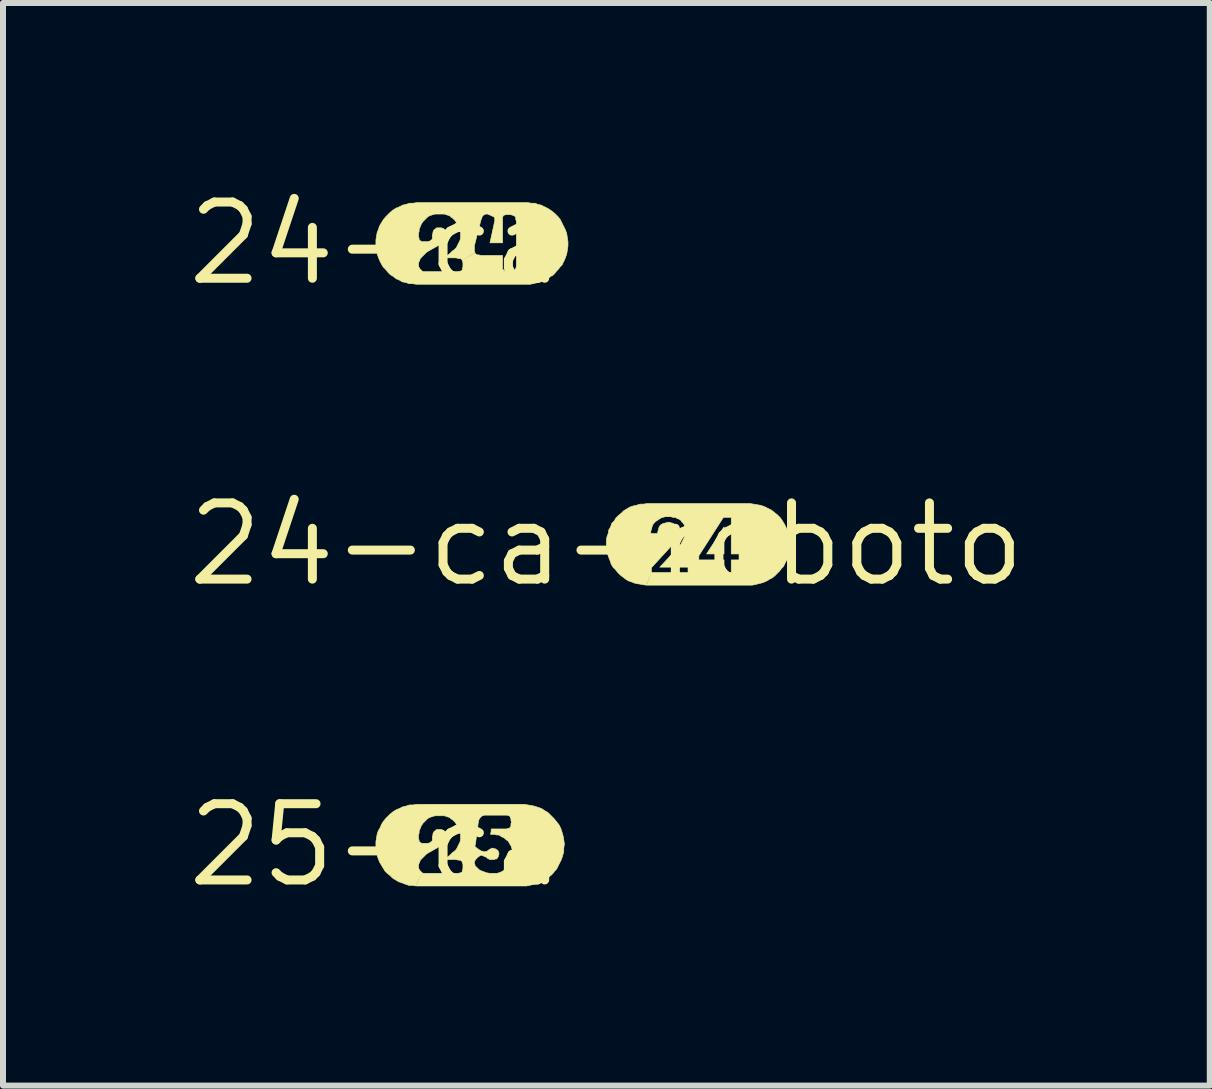
<source format=kicad_pcb>
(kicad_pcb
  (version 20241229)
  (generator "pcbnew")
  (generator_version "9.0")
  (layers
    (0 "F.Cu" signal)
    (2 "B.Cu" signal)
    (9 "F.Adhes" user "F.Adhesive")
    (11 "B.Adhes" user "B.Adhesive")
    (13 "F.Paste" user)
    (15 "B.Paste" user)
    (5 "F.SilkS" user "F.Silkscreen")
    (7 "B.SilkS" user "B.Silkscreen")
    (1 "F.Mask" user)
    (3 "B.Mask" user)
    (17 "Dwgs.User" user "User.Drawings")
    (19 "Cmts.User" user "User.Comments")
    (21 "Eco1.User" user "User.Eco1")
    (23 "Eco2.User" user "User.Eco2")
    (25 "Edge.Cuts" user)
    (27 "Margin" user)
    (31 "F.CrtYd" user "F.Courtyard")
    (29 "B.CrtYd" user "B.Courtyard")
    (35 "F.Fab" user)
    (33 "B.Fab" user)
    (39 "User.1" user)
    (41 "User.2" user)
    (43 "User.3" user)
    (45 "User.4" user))
  (footprint "24-ca"
    (layer "F.Cu")
    (at 3.213 1.006)
    (property "Reference" "24-ca" (at 0 0 0) (layer "F.SilkS") (effects (font (size 1.27 1.27) (thickness 0.15))))
    (attr board_only exclude_from_pos_files exclude_from_bom)
    (fp_poly (pts (xy 0.68 -0.68) (xy 0.62 -0.67) (xy 0.56 -0.67) (xy 0.5 -0.65) (xy 0.45 -0.64) (xy 0.39 -0.61) (xy 0.34 -0.59) (xy 0.29 -0.56) (xy 0.24 -0.52) (xy 0.2 -0.48) (xy 0.16 -0.44) (xy 0.12 -0.39) (xy 0.09 -0.34) (xy 0.06 -0.29) (xy 0.04 -0.23) (xy 0.02 -0.18) (xy 0.01 -0.12) (xy 0 -0.06) (xy 0 0) (xy 0 0.06) (xy 0.01 0.12) (xy 0.02 0.17) (xy 0.04 0.23) (xy 0.06 0.28) (xy 0.09 0.34) (xy 0.12 0.39) (xy 0.16 0.43) (xy 0.2 0.48) (xy 0.24 0.52) (xy 0.29 0.55) (xy 0.34 0.59) (xy 0.39 0.61) (xy 0.44 0.64) (xy 0.5 0.65) (xy 0.55 0.67) (xy 0.61 0.67) (xy 0.67 0.68) (xy 0.77 0.46) (xy 0.75 0.44) (xy 0.73 0.42) (xy 0.72 0.4) (xy 0.71 0.38) (xy 0.71 0.36) (xy 0.71 0.33) (xy 0.72 0.3) (xy 0.73 0.28) (xy 0.74 0.25) (xy 0.76 0.23) (xy 0.8 0.19) (xy 0.84 0.15) (xy 0.87 0.13) (xy 1.03 0.04) (xy 1.06 0.02) (xy 1.09 -0.01) (xy 1.12 -0.04) (xy 1.15 -0.07) (xy 1.17 -0.1) (xy 1.18 -0.14) (xy 1.18 -0.16) (xy 1.17 -0.19) (xy 1.16 -0.21) (xy 1.15 -0.23) (xy 1.12 -0.25) (xy 1.09 -0.26) (xy 1.06 -0.26) (xy 1.03 -0.26) (xy 1.01 -0.26) (xy 0.99 -0.24) (xy 0.97 -0.23) (xy 0.96 -0.21) (xy 0.95 -0.19) (xy 0.95 -0.17) (xy 0.94 -0.14) (xy 0.94 -0.11) (xy 0.94 -0.08) (xy 0.93 -0.06) (xy 0.91 -0.05) (xy 0.9 -0.04) (xy 0.87 -0.03) (xy 0.85 -0.03) (xy 0.81 -0.03) (xy 0.79 -0.03) (xy 0.76 -0.03) (xy 0.75 -0.04) (xy 0.73 -0.05) (xy 0.72 -0.06) (xy 0.72 -0.08) (xy 0.71 -0.11) (xy 0.71 -0.14) (xy 0.71 -0.17) (xy 0.72 -0.2) (xy 0.72 -0.23) (xy 0.73 -0.26) (xy 0.74 -0.28) (xy 0.75 -0.31) (xy 0.78 -0.36) (xy 0.82 -0.4) (xy 0.84 -0.42) (xy 0.86 -0.44) (xy 0.89 -0.46) (xy 0.92 -0.47) (xy 0.95 -0.48) (xy 0.99 -0.49) (xy 1.02 -0.49) (xy 1.06 -0.49) (xy 1.1 -0.49) (xy 1.14 -0.49) (xy 1.17 -0.48) (xy 1.2 -0.47) (xy 1.23 -0.46) (xy 1.25 -0.44) (xy 1.28 -0.42) (xy 1.3 -0.4) (xy 1.32 -0.38) (xy 1.34 -0.35) (xy 1.37 -0.31) (xy 1.39 -0.27) (xy 1.4 -0.23) (xy 1.41 -0.18) (xy 1.41 -0.14) (xy 1.41 -0.09) (xy 1.4 -0.05) (xy 1.38 -0.01) (xy 1.36 0.03) (xy 1.34 0.07) (xy 1.31 0.1) (xy 1.27 0.13) (xy 1.23 0.17) (xy 1.19 0.2) (xy 1.15 0.22) (xy 1.1 0.24) (xy 1.33 0.24) (xy 1.38 0.25) (xy 1.41 0.25) (xy 1.42 0.26) (xy 1.43 0.27) (xy 1.44 0.28) (xy 1.65 0.15) (xy 1.64 0.13) (xy 1.64 0.1) (xy 1.64 0.04) (xy 1.75 -0.39) (xy 1.77 -0.44) (xy 1.77 -0.45) (xy 1.79 -0.47) (xy 1.81 -0.48) (xy 1.83 -0.49) (xy 1.86 -0.49) (xy 1.93 -0.46) (xy 1.95 -0.45) (xy 1.97 -0.44) (xy 1.98 -0.42) (xy 1.98 -0.41) (xy 1.98 -0.39) (xy 1.98 -0.37) (xy 1.97 -0.34) (xy 1.97 -0.33) (xy 1.9 -0.01) (xy 2.11 -0.01) (xy 2.11 -0.41) (xy 2.11 -0.44) (xy 2.13 -0.47) (xy 2.17 -0.48) (xy 2.2 -0.48) (xy 2.24 -0.48) (xy 2.28 -0.47) (xy 2.3 -0.46) (xy 2.32 -0.45) (xy 2.33 -0.43) (xy 2.33 -0.4) (xy 2.34 -0.37) (xy 2.34 0.38) (xy 2.33 0.42) (xy 2.32 0.43) (xy 2.31 0.45) (xy 2.31 0.46) (xy 2.3 0.46) (xy 2.27 0.47) (xy 2.24 0.47) (xy 2.21 0.47) (xy 2.19 0.47) (xy 2.17 0.47) (xy 2.15 0.46) (xy 2.14 0.45) (xy 2.13 0.45) (xy 2.12 0.43) (xy 2.11 0.43) (xy 2.11 0.41) (xy 2.11 0.38) (xy 2.11 0.2) (xy 1.75 0.2) (xy 1.71 0.19) (xy 1.68 0.19) (xy 1.67 0.18) (xy 1.66 0.17) (xy 1.65 0.17) (xy 1.65 0.16) (xy 1.44 0.28) (xy 1.44 0.29) (xy 1.45 0.32) (xy 1.45 0.35) (xy 1.45 0.39) (xy 1.44 0.42) (xy 1.44 0.44) (xy 1.43 0.45) (xy 1.42 0.46) (xy 1.41 0.46) (xy 1.37 0.47) (xy 1.34 0.47) (xy 0.82 0.47) (xy 0.79 0.47) (xy 0.77 0.46) (xy 0.67 0.68) (xy 2.52 0.68) (xy 2.57 0.68) (xy 2.62 0.67) (xy 2.66 0.66) (xy 2.71 0.65) (xy 2.75 0.64) (xy 2.79 0.62) (xy 2.83 0.6) (xy 2.87 0.58) (xy 2.91 0.55) (xy 2.95 0.53) (xy 2.98 0.5) (xy 3.01 0.46) (xy 3.04 0.43) (xy 3.07 0.39) (xy 3.1 0.36) (xy 3.12 0.32) (xy 3.14 0.28) (xy 3.16 0.23) (xy 3.18 0.17) (xy 3.19 0.11) (xy 3.2 0.04) (xy 3.2 -0.03) (xy 3.19 -0.09) (xy 3.18 -0.16) (xy 3.16 -0.22) (xy 3.13 -0.28) (xy 3.1 -0.34) (xy 3.07 -0.4) (xy 3.03 -0.45) (xy 2.98 -0.5) (xy 2.93 -0.54) (xy 2.87 -0.58) (xy 2.81 -0.61) (xy 2.75 -0.64) (xy 2.7 -0.65) (xy 2.65 -0.67) (xy 2.59 -0.67) (xy 2.53 -0.68) (xy 0.68 -0.68)) (stroke (width 0.01) (type solid)) (fill yes) (layer "F.SilkS")))
  (footprint "24-ca-roboto"
    (layer "F.Cu")
    (at 7.053 6.019)
    (property "Reference" "24-ca-roboto" (at 0 0 0) (layer "F.SilkS") (effects (font (size 1.27 1.27) (thickness 0.15))))
    (attr board_only exclude_from_pos_files exclude_from_bom)
    (fp_poly (pts (xy 1.67 0.16) (xy 1.96 0.16) (xy 1.96 -0.29) (xy 1.94 -0.26) (xy 1.67 0.16)) (stroke (width 0.01) (type solid)) (fill yes) (layer "F.SilkS"))
    (fp_poly (pts (xy 0.68 -0.68) (xy 0.62 -0.67) (xy 0.56 -0.67) (xy 0.5 -0.65) (xy 0.45 -0.64) (xy 0.39 -0.62) (xy 0.34 -0.59) (xy 0.29 -0.56) (xy 0.25 -0.52) (xy 0.2 -0.48) (xy 0.16 -0.44) (xy 0.13 -0.39) (xy 0.09 -0.35) (xy 0.07 -0.29) (xy 0.04 -0.24) (xy 0.03 -0.18) (xy 0.01 -0.13) (xy 0 -0.07) (xy 0 -0.01) (xy 0 0.05) (xy 0.01 0.11) (xy 0.02 0.16) (xy 0.04 0.22) (xy 0.06 0.27) (xy 0.08 0.33) (xy 0.11 0.38) (xy 0.15 0.42) (xy 0.19 0.47) (xy 0.23 0.51) (xy 0.27 0.54) (xy 0.32 0.58) (xy 0.37 0.61) (xy 0.43 0.63) (xy 0.48 0.65) (xy 0.54 0.66) (xy 0.6 0.67) (xy 0.66 0.68) (xy 0.75 0.47) (xy 0.75 0.39) (xy 1.08 0.03) (xy 1.11 0) (xy 1.15 -0.06) (xy 1.17 -0.1) (xy 1.19 -0.14) (xy 1.2 -0.17) (xy 1.2 -0.21) (xy 1.19 -0.25) (xy 1.18 -0.28) (xy 1.16 -0.31) (xy 1.14 -0.33) (xy 1.11 -0.35) (xy 1.07 -0.36) (xy 1.04 -0.37) (xy 1 -0.36) (xy 0.96 -0.35) (xy 0.93 -0.34) (xy 0.9 -0.32) (xy 0.88 -0.29) (xy 0.87 -0.26) (xy 0.86 -0.22) (xy 0.85 -0.18) (xy 0.74 -0.18) (xy 0.74 -0.22) (xy 0.75 -0.25) (xy 0.76 -0.29) (xy 0.77 -0.32) (xy 0.79 -0.35) (xy 0.82 -0.38) (xy 0.85 -0.4) (xy 0.88 -0.42) (xy 0.91 -0.44) (xy 0.94 -0.45) (xy 0.98 -0.46) (xy 1.02 -0.46) (xy 1.07 -0.46) (xy 1.11 -0.45) (xy 1.15 -0.45) (xy 1.18 -0.43) (xy 1.21 -0.42) (xy 1.24 -0.4) (xy 1.26 -0.37) (xy 1.28 -0.35) (xy 1.3 -0.32) (xy 1.31 -0.29) (xy 1.32 -0.26) (xy 1.32 -0.22) (xy 1.32 -0.2) (xy 1.32 -0.17) (xy 1.31 -0.15) (xy 1.3 -0.12) (xy 1.27 -0.06) (xy 1.24 0) (xy 1.2 0.04) (xy 1.16 0.09) (xy 0.89 0.38) (xy 1.36 0.38) (xy 1.54 0.26) (xy 1.54 0.19) (xy 1.95 -0.45) (xy 2.08 -0.45) (xy 2.08 0.16) (xy 2.21 0.16) (xy 2.21 0.26) (xy 2.08 0.26) (xy 2.08 0.47) (xy 1.96 0.47) (xy 1.96 0.26) (xy 1.54 0.26) (xy 1.36 0.38) (xy 1.36 0.47) (xy 0.75 0.47) (xy 0.67 0.68) (xy 2.38 0.68) (xy 2.43 0.68) (xy 2.48 0.67) (xy 2.52 0.66) (xy 2.56 0.65) (xy 2.6 0.64) (xy 2.65 0.62) (xy 2.69 0.6) (xy 2.72 0.58) (xy 2.76 0.56) (xy 2.8 0.53) (xy 2.83 0.5) (xy 2.86 0.47) (xy 2.89 0.44) (xy 2.92 0.4) (xy 2.95 0.37) (xy 2.97 0.33) (xy 2.99 0.29) (xy 3.01 0.25) (xy 3.03 0.19) (xy 3.04 0.12) (xy 3.05 0.06) (xy 3.05 -0.01) (xy 3.05 -0.08) (xy 3.04 -0.14) (xy 3.02 -0.21) (xy 3 -0.27) (xy 2.97 -0.33) (xy 2.94 -0.38) (xy 2.9 -0.44) (xy 2.85 -0.49) (xy 2.8 -0.53) (xy 2.75 -0.57) (xy 2.69 -0.6) (xy 2.63 -0.63) (xy 2.57 -0.65) (xy 2.51 -0.66) (xy 2.45 -0.67) (xy 2.39 -0.68) (xy 0.68 -0.68)) (stroke (width 0.01) (type solid)) (fill yes) (layer "F.SilkS")))
  (footprint "25-ca"
    (layer "F.Cu")
    (at 3.213 11.031)
    (property "Reference" "25-ca" (at 0 0 0) (layer "F.SilkS") (effects (font (size 1.27 1.27) (thickness 0.15))))
    (attr board_only exclude_from_pos_files exclude_from_bom)
    (fp_poly (pts (xy 0.68 -0.68) (xy 0.62 -0.67) (xy 0.56 -0.67) (xy 0.5 -0.65) (xy 0.45 -0.64) (xy 0.39 -0.61) (xy 0.34 -0.59) (xy 0.29 -0.56) (xy 0.24 -0.52) (xy 0.2 -0.48) (xy 0.16 -0.44) (xy 0.12 -0.39) (xy 0.09 -0.34) (xy 0.07 -0.29) (xy 0.04 -0.24) (xy 0.02 -0.18) (xy 0.01 -0.12) (xy 0 -0.06) (xy 0 -0.01) (xy 0 0.05) (xy 0.01 0.11) (xy 0.02 0.17) (xy 0.04 0.23) (xy 0.06 0.28) (xy 0.09 0.33) (xy 0.12 0.38) (xy 0.15 0.43) (xy 0.19 0.47) (xy 0.24 0.51) (xy 0.28 0.55) (xy 0.33 0.58) (xy 0.38 0.61) (xy 0.44 0.63) (xy 0.49 0.65) (xy 0.55 0.67) (xy 0.61 0.67) (xy 0.66 0.68) (xy 0.77 0.46) (xy 0.75 0.44) (xy 0.73 0.42) (xy 0.72 0.4) (xy 0.71 0.38) (xy 0.71 0.36) (xy 0.71 0.33) (xy 0.72 0.3) (xy 0.73 0.28) (xy 0.74 0.25) (xy 0.76 0.23) (xy 0.8 0.19) (xy 0.84 0.15) (xy 0.87 0.13) (xy 1.03 0.04) (xy 1.06 0.02) (xy 1.09 -0.01) (xy 1.12 -0.04) (xy 1.15 -0.07) (xy 1.17 -0.1) (xy 1.18 -0.14) (xy 1.18 -0.16) (xy 1.17 -0.19) (xy 1.16 -0.21) (xy 1.15 -0.23) (xy 1.12 -0.25) (xy 1.09 -0.26) (xy 1.06 -0.26) (xy 1.03 -0.26) (xy 1.01 -0.26) (xy 0.99 -0.24) (xy 0.97 -0.23) (xy 0.96 -0.21) (xy 0.95 -0.19) (xy 0.95 -0.17) (xy 0.94 -0.14) (xy 0.94 -0.11) (xy 0.94 -0.08) (xy 0.93 -0.06) (xy 0.91 -0.05) (xy 0.9 -0.04) (xy 0.87 -0.03) (xy 0.85 -0.03) (xy 0.81 -0.03) (xy 0.79 -0.03) (xy 0.76 -0.03) (xy 0.75 -0.04) (xy 0.73 -0.05) (xy 0.72 -0.06) (xy 0.72 -0.08) (xy 0.71 -0.11) (xy 0.71 -0.14) (xy 0.71 -0.17) (xy 0.72 -0.2) (xy 0.72 -0.23) (xy 0.73 -0.26) (xy 0.74 -0.28) (xy 0.75 -0.31) (xy 0.78 -0.36) (xy 0.82 -0.4) (xy 0.84 -0.42) (xy 0.86 -0.44) (xy 0.89 -0.46) (xy 0.92 -0.47) (xy 0.95 -0.48) (xy 0.99 -0.49) (xy 1.02 -0.49) (xy 1.06 -0.49) (xy 1.1 -0.49) (xy 1.14 -0.49) (xy 1.17 -0.48) (xy 1.2 -0.47) (xy 1.23 -0.46) (xy 1.25 -0.44) (xy 1.28 -0.42) (xy 1.3 -0.4) (xy 1.32 -0.38) (xy 1.34 -0.35) (xy 1.37 -0.31) (xy 1.39 -0.27) (xy 1.4 -0.23) (xy 1.41 -0.18) (xy 1.41 -0.14) (xy 1.41 -0.09) (xy 1.4 -0.05) (xy 1.38 -0.01) (xy 1.36 0.03) (xy 1.34 0.07) (xy 1.31 0.1) (xy 1.27 0.13) (xy 1.23 0.17) (xy 1.19 0.2) (xy 1.15 0.22) (xy 1.1 0.24) (xy 1.33 0.24) (xy 1.38 0.25) (xy 1.41 0.25) (xy 1.42 0.26) (xy 1.43 0.27) (xy 1.44 0.28) (xy 1.44 0.29) (xy 1.45 0.32) (xy 1.64 0.31) (xy 1.64 0.29) (xy 1.64 0.28) (xy 1.65 0.26) (xy 1.66 0.24) (xy 1.71 0.19) (xy 1.73 0.18) (xy 1.74 0.17) (xy 1.75 0.17) (xy 1.77 0.17) (xy 1.79 0.18) (xy 1.81 0.19) (xy 1.84 0.2) (xy 1.85 0.21) (xy 1.86 0.22) (xy 1.88 0.23) (xy 1.9 0.24) (xy 1.93 0.24) (xy 1.95 0.24) (xy 1.97 0.24) (xy 1.99 0.23) (xy 2.01 0.23) (xy 2.02 0.22) (xy 2.03 0.2) (xy 2.04 0.19) (xy 2.04 0.17) (xy 2.05 0.15) (xy 2.05 0.13) (xy 2.04 0.12) (xy 2.04 0.1) (xy 2.03 0.09) (xy 2.02 0.08) (xy 2 0.07) (xy 1.99 0.06) (xy 1.97 0.06) (xy 1.95 0.05) (xy 1.93 0.05) (xy 1.92 0.06) (xy 1.89 0.07) (xy 1.87 0.09) (xy 1.85 0.1) (xy 1.82 0.11) (xy 1.8 0.11) (xy 1.78 0.1) (xy 1.76 0.1) (xy 1.71 0.07) (xy 1.67 0.04) (xy 1.66 0.03) (xy 1.65 0.02) (xy 1.65 0.01) (xy 1.66 -0.03) (xy 1.71 -0.41) (xy 1.73 -0.45) (xy 1.74 -0.46) (xy 1.75 -0.47) (xy 1.77 -0.49) (xy 1.79 -0.49) (xy 1.8 -0.5) (xy 1.82 -0.5) (xy 2.14 -0.5) (xy 2.18 -0.5) (xy 2.22 -0.49) (xy 2.23 -0.48) (xy 2.24 -0.47) (xy 2.24 -0.46) (xy 2.25 -0.44) (xy 2.25 -0.41) (xy 2.26 -0.38) (xy 2.25 -0.36) (xy 2.25 -0.34) (xy 2.25 -0.32) (xy 2.24 -0.3) (xy 2.23 -0.29) (xy 2.22 -0.28) (xy 2.2 -0.28) (xy 2.18 -0.27) (xy 1.92 -0.27) (xy 1.92 -0.26) (xy 1.92 -0.23) (xy 1.91 -0.18) (xy 1.98 -0.18) (xy 2.01 -0.17) (xy 2.04 -0.17) (xy 2.07 -0.16) (xy 2.09 -0.14) (xy 2.12 -0.13) (xy 2.15 -0.11) (xy 2.17 -0.09) (xy 2.2 -0.07) (xy 2.22 -0.04) (xy 2.23 -0.02) (xy 2.25 0.01) (xy 2.26 0.04) (xy 2.27 0.07) (xy 2.27 0.1) (xy 2.28 0.13) (xy 2.28 0.16) (xy 2.27 0.19) (xy 2.27 0.22) (xy 2.26 0.25) (xy 2.25 0.28) (xy 2.23 0.3) (xy 2.22 0.33) (xy 2.2 0.36) (xy 2.18 0.38) (xy 2.15 0.4) (xy 2.13 0.42) (xy 2.1 0.44) (xy 2.08 0.45) (xy 2.05 0.46) (xy 2.02 0.47) (xy 1.99 0.47) (xy 1.96 0.47) (xy 1.9 0.47) (xy 1.84 0.46) (xy 1.79 0.44) (xy 1.76 0.43) (xy 1.72 0.41) (xy 1.71 0.4) (xy 1.7 0.39) (xy 1.69 0.38) (xy 1.67 0.36) (xy 1.65 0.34) (xy 1.65 0.32) (xy 1.64 0.31) (xy 1.45 0.32) (xy 1.45 0.35) (xy 1.45 0.39) (xy 1.44 0.42) (xy 1.44 0.44) (xy 1.43 0.45) (xy 1.42 0.46) (xy 1.41 0.46) (xy 1.37 0.47) (xy 1.34 0.47) (xy 0.82 0.47) (xy 0.79 0.47) (xy 0.77 0.46) (xy 0.67 0.68) (xy 2.46 0.68) (xy 2.51 0.68) (xy 2.56 0.67) (xy 2.6 0.66) (xy 2.65 0.65) (xy 2.69 0.64) (xy 2.73 0.62) (xy 2.77 0.6) (xy 2.81 0.58) (xy 2.85 0.55) (xy 2.88 0.53) (xy 2.92 0.5) (xy 2.95 0.47) (xy 2.98 0.43) (xy 3.01 0.4) (xy 3.03 0.36) (xy 3.05 0.32) (xy 3.07 0.28) (xy 3.09 0.24) (xy 3.11 0.18) (xy 3.13 0.11) (xy 3.13 0.05) (xy 3.14 -0.02) (xy 3.13 -0.09) (xy 3.12 -0.15) (xy 3.1 -0.22) (xy 3.08 -0.28) (xy 3.05 -0.34) (xy 3.01 -0.39) (xy 2.97 -0.44) (xy 2.92 -0.49) (xy 2.87 -0.54) (xy 2.82 -0.57) (xy 2.76 -0.61) (xy 2.7 -0.63) (xy 2.64 -0.65) (xy 2.59 -0.66) (xy 2.53 -0.67) (xy 2.47 -0.68) (xy 0.68 -0.68)) (stroke (width 0.01) (type solid)) (fill yes) (layer "F.SilkS")))
  (gr_rect
    (start -3 -3)
    (end 17.106 15.037)
    (stroke (width 0.1) (type default))
    (fill no)
    (layer "Edge.Cuts")))
</source>
